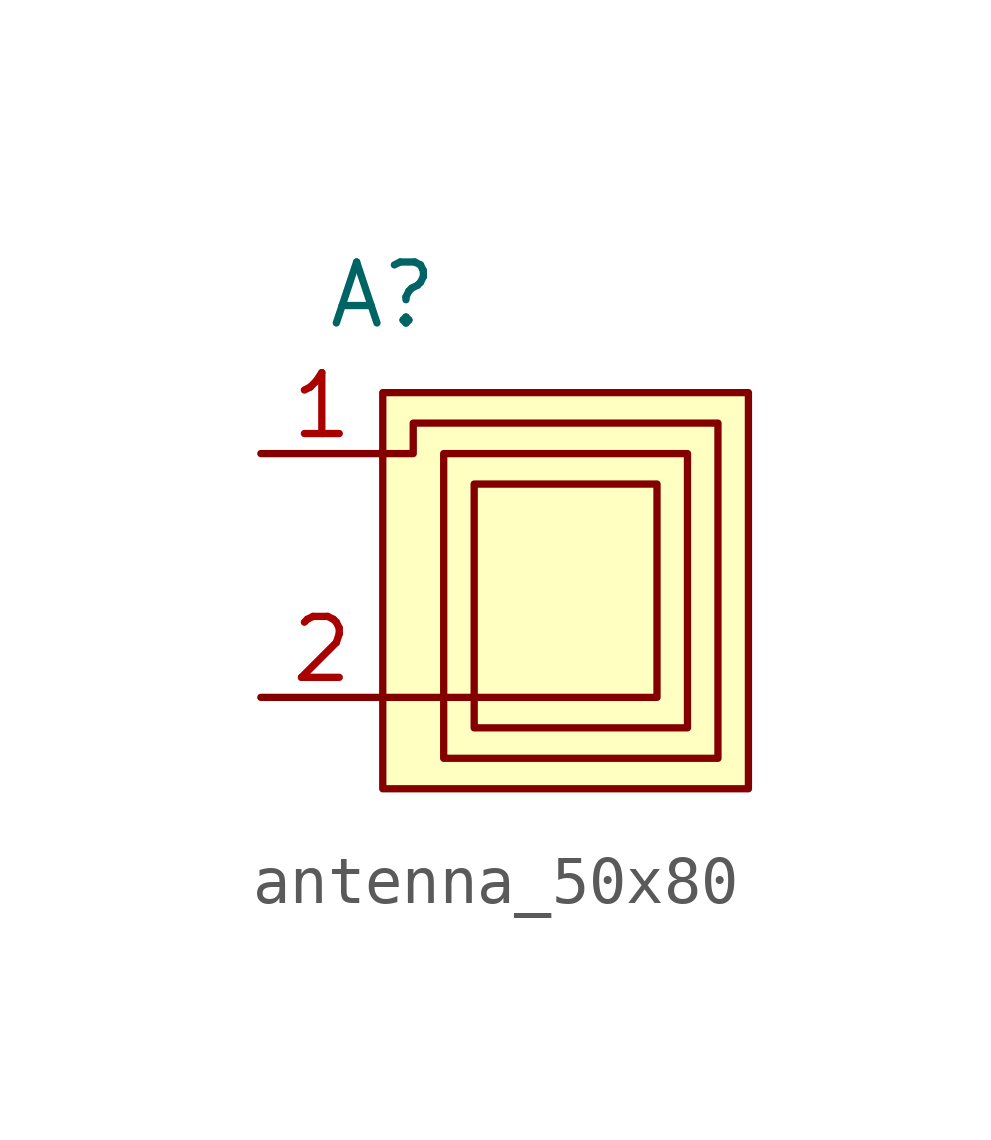
<source format=kicad_sym>
(kicad_symbol_lib
  (version 20241209)
  (generator "kicad_symbol_editor")
  (generator_version "9.0")
  (symbol "antenna_50x80"
    (property "Reference" "A"
      (at 0 5.842 0)
      (effects (font (size 1.27 1.27))))
    (property "Value" ""
      (at 0 0 0)
      (effects (font (size 1.27 1.27))))
    (symbol "antenna_50x80_1_1"
      (rectangle (start 0 3.81) (end 7.62 -4.445) (stroke (width 0) (type solid)) (fill (type background)))
      (polyline (pts (xy 0 2.54) (xy 0.635 2.54) (xy 0.635 3.175) (xy 6.985 3.175) (xy 6.985 -3.81) (xy 1.27 -3.81) (xy 1.27 2.54) (xy 6.35 2.54) (xy 6.35 -3.175) (xy 1.905 -3.175) (xy 1.905 1.905) (xy 5.715 1.905) (xy 5.715 -2.54) (xy 0 -2.54)) (stroke (width 0) (type default)) (fill (type none)))
      (pin input line (at -2.54 2.54 0) (length 2.54) (name "" (effects (font (size 1.27 1.27)))) (number "1" (effects (font (size 1.27 1.27)))))
      (pin input line (at -2.54 -2.54 0) (length 2.54) (name "" (effects (font (size 1.27 1.27)))) (number "2" (effects (font (size 1.27 1.27))))))))
</source>
